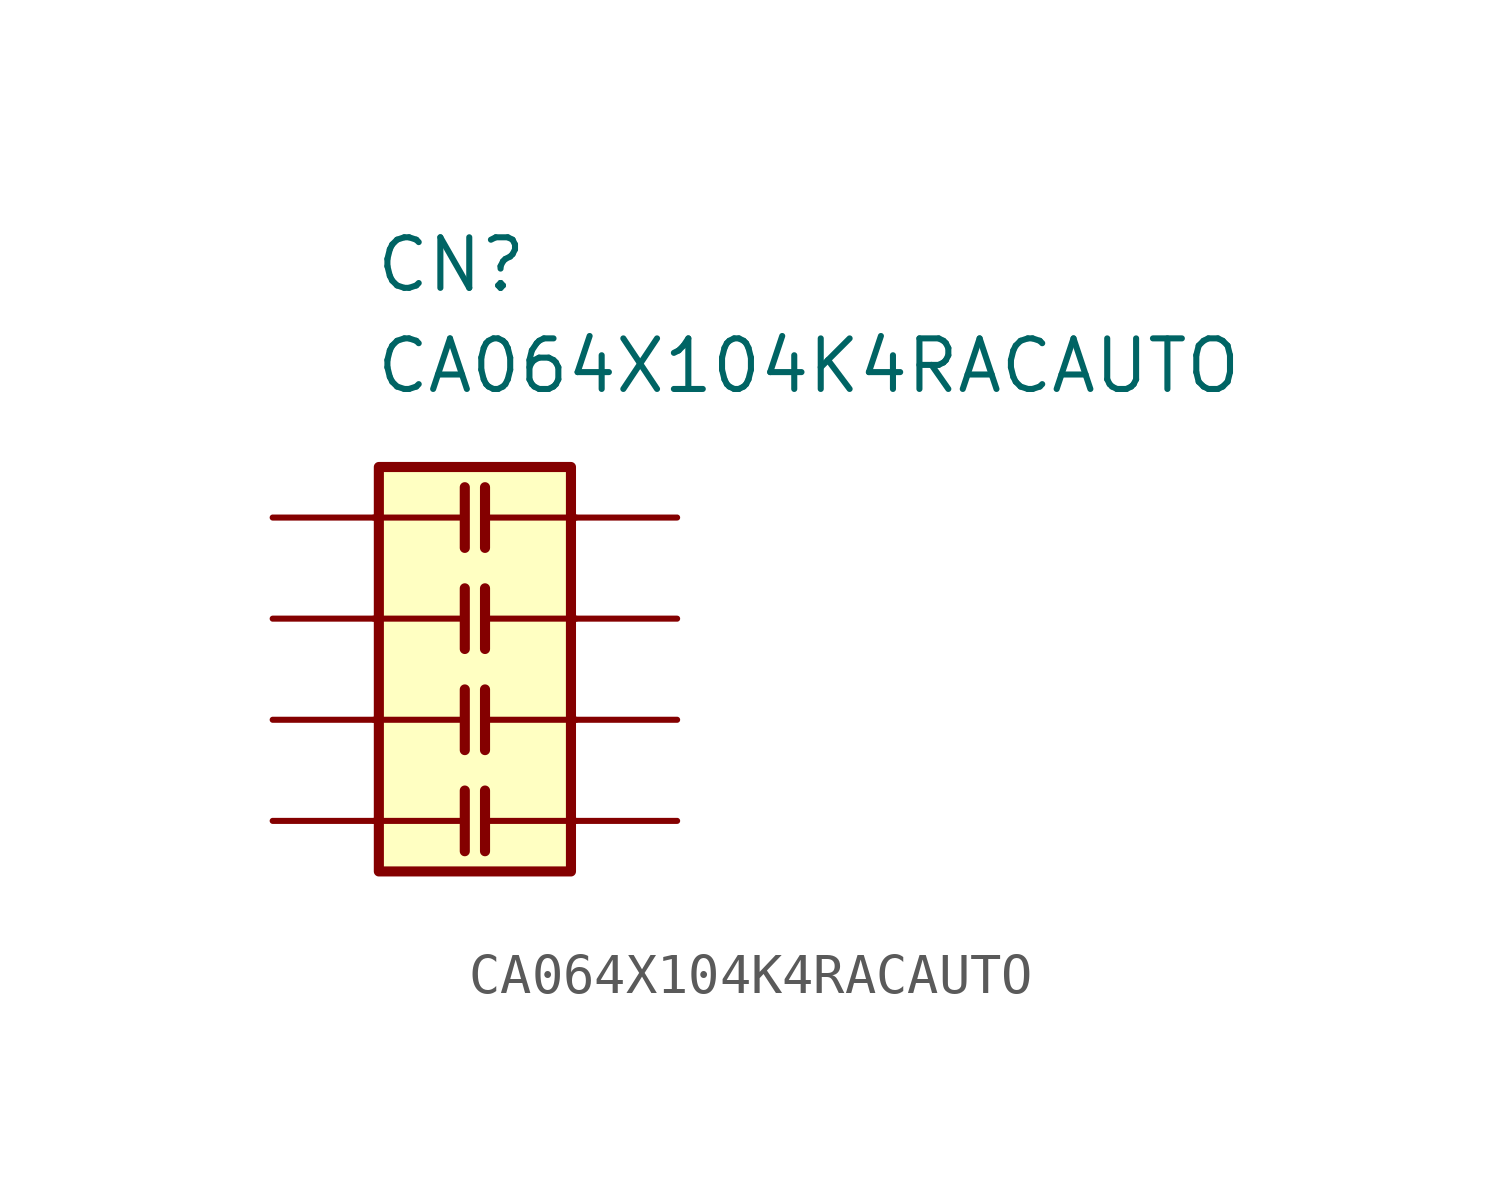
<source format=kicad_sym>
(kicad_symbol_lib
  (version 20220914)
  (generator kicad_symbol_editor)
  (symbol "CA064X104K4RACAUTO"
    (pin_numbers hide)
    (pin_names
      (offset 0.762) hide)
    (property "Reference" "CN"
      (at -2.54 10.16 0)
      (effects (font (size 1.27 1.27)) (justify left)))
    (property "Value" "CA064X104K4RACAUTO"
      (at -2.54 7.62 0)
      (effects (font (size 1.27 1.27)) (justify left)))
    (symbol "CA064X104K4RACAUTO_0_1"
      (rectangle (start -2.413 5.08) (end 2.413 -5.08) (stroke (width 0.254) (type default)) (fill (type background)))
      (polyline (pts (xy -2.54 -3.81) (xy -0.254 -3.81)) (stroke (width 0) (type default)) (fill (type none)))
      (polyline (pts (xy -2.54 -1.27) (xy -0.254 -1.27)) (stroke (width 0) (type default)) (fill (type none)))
      (polyline (pts (xy -2.54 1.27) (xy -0.254 1.27)) (stroke (width 0) (type default)) (fill (type none)))
      (polyline (pts (xy -2.54 3.81) (xy -0.254 3.81)) (stroke (width 0) (type default)) (fill (type none)))
      (polyline (pts (xy 0.254 -3.81) (xy 2.54 -3.81)) (stroke (width 0) (type default)) (fill (type none)))
      (polyline (pts (xy 0.254 -1.27) (xy 2.54 -1.27)) (stroke (width 0) (type default)) (fill (type none)))
      (polyline (pts (xy 0.254 1.27) (xy 2.54 1.27)) (stroke (width 0) (type default)) (fill (type none)))
      (polyline (pts (xy 0.254 3.81) (xy 2.54 3.81)) (stroke (width 0) (type default)) (fill (type none))))
    (symbol "CA064X104K4RACAUTO_1_1"
      (polyline (pts (xy -0.254 -4.572) (xy -0.254 -3.048)) (stroke (width 0.254) (type default)) (fill (type none)))
      (polyline (pts (xy -0.254 -2.032) (xy -0.254 -0.508)) (stroke (width 0.254) (type default)) (fill (type none)))
      (polyline (pts (xy -0.254 0.508) (xy -0.254 2.032)) (stroke (width 0.254) (type default)) (fill (type none)))
      (polyline (pts (xy -0.254 3.048) (xy -0.254 4.572)) (stroke (width 0.254) (type default)) (fill (type none)))
      (polyline (pts (xy 0.254 -4.572) (xy 0.254 -3.048)) (stroke (width 0.254) (type default)) (fill (type none)))
      (polyline (pts (xy 0.254 -2.032) (xy 0.254 -0.508)) (stroke (width 0.254) (type default)) (fill (type none)))
      (polyline (pts (xy 0.254 0.508) (xy 0.254 2.032)) (stroke (width 0.254) (type default)) (fill (type none)))
      (polyline (pts (xy 0.254 3.048) (xy 0.254 4.572)) (stroke (width 0.254) (type default)) (fill (type none)))
      (pin passive line (at -5.08 3.81 0) (length 2.54) (name "R1.1" (effects (font (size 1.27 1.27)))) (number "1" (effects (font (size 1.27 1.27)))))
      (pin passive line (at -5.08 1.27 0) (length 2.54) (name "R2.1" (effects (font (size 1.27 1.27)))) (number "2" (effects (font (size 1.27 1.27)))))
      (pin passive line (at -5.08 -1.27 0) (length 2.54) (name "R3.1" (effects (font (size 1.27 1.27)))) (number "3" (effects (font (size 1.27 1.27)))))
      (pin passive line (at -5.08 -3.81 0) (length 2.54) (name "R4.1" (effects (font (size 1.27 1.27)))) (number "4" (effects (font (size 1.27 1.27)))))
      (pin passive line (at 5.08 -3.81 180) (length 2.54) (name "R4.2" (effects (font (size 1.27 1.27)))) (number "5" (effects (font (size 1.27 1.27)))))
      (pin passive line (at 5.08 -1.27 180) (length 2.54) (name "R3.2" (effects (font (size 1.27 1.27)))) (number "6" (effects (font (size 1.27 1.27)))))
      (pin passive line (at 5.08 1.27 180) (length 2.54) (name "R2.2" (effects (font (size 1.27 1.27)))) (number "7" (effects (font (size 1.27 1.27)))))
      (pin passive line (at 5.08 3.81 180) (length 2.54) (name "R1.2" (effects (font (size 1.27 1.27)))) (number "8" (effects (font (size 1.27 1.27))))))))
</source>
